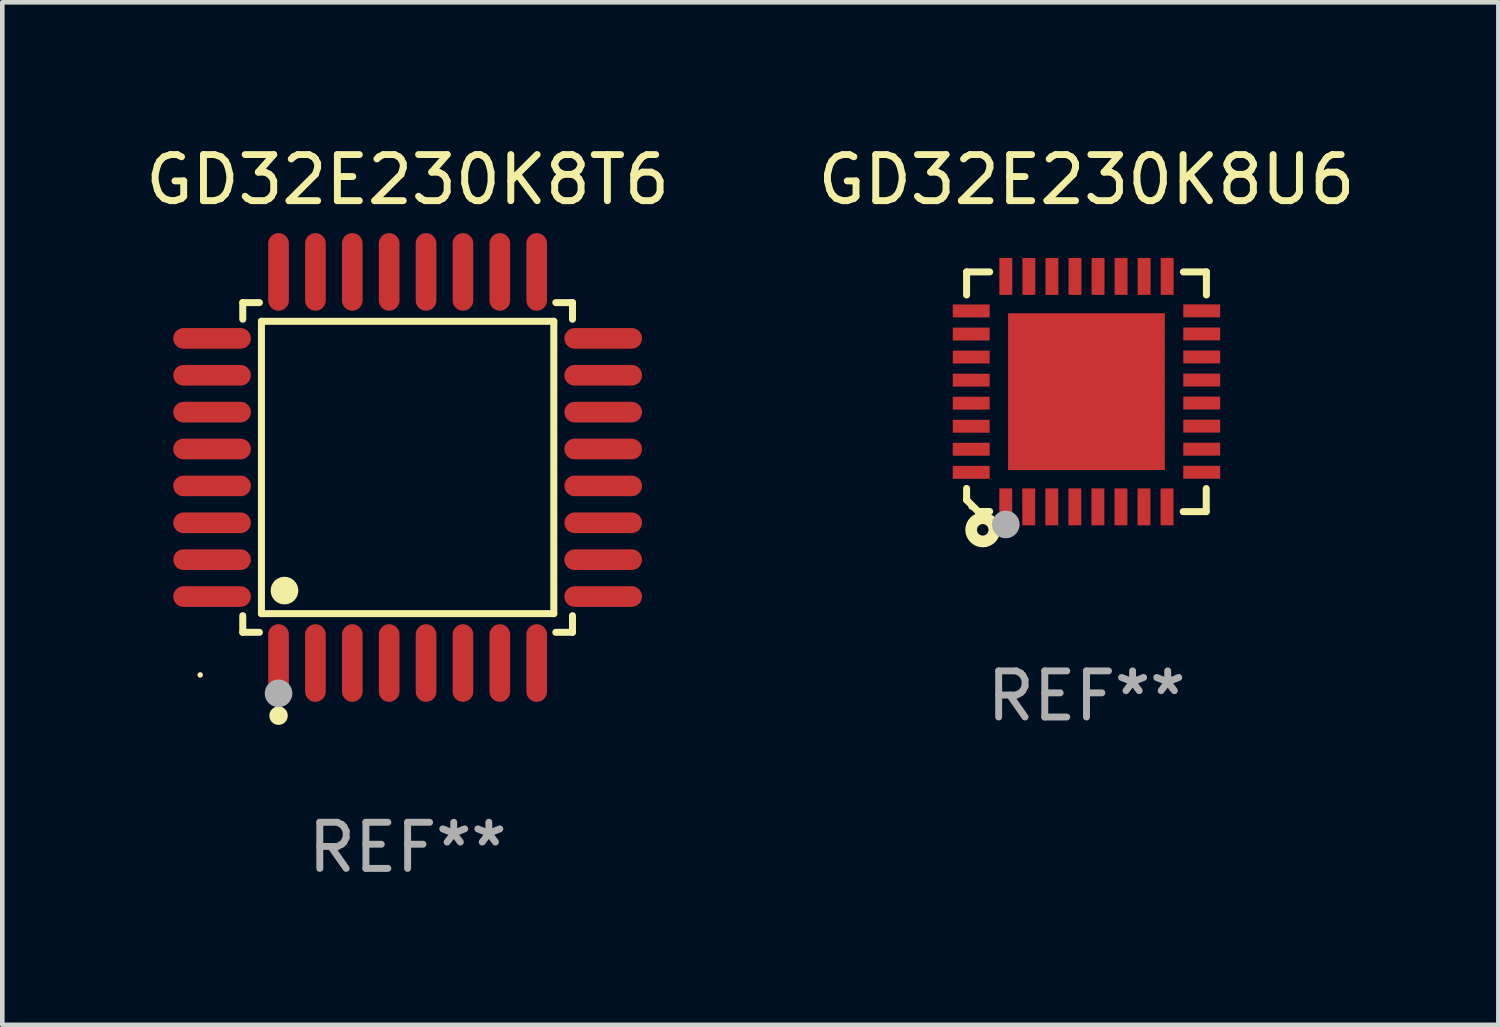
<source format=kicad_pcb>
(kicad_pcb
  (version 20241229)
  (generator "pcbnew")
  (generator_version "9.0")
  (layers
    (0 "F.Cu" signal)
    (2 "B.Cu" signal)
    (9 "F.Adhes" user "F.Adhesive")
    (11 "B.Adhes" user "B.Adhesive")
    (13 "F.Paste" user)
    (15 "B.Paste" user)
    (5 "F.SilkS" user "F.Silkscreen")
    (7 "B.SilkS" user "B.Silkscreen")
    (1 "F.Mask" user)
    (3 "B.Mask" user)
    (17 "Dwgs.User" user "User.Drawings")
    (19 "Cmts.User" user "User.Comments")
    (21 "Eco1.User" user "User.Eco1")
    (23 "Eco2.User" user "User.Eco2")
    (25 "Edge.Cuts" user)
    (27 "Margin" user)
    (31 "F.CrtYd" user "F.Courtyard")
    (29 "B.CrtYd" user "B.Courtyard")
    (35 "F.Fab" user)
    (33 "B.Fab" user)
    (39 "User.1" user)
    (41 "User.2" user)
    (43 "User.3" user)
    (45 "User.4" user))
  (footprint "GD32E230K8U6"
    (layer "F.Cu")
    (at 20.518 5.448)
    (property "Reference" "GD32E230K8U6" (at 0 -4.6 0) (layer "F.SilkS") (effects (font (size 1 1) (thickness 0.15))))
    (attr through_hole)
    (fp_line (start -2.601 2.097) (end -2.601 2.347) (stroke (width 0.152) (type solid)) (layer "F.SilkS"))
    (fp_line (start -2.601 2.347) (end -2.351 2.597) (stroke (width 0.152) (type solid)) (layer "F.SilkS"))
    (fp_line (start -2.601 -2.6) (end -2.601 -2.1) (stroke (width 0.152) (type solid)) (layer "F.SilkS"))
    (fp_line (start -2.601 -2.6) (end -2.101 -2.6) (stroke (width 0.152) (type solid)) (layer "F.SilkS"))
    (fp_line (start -2.351 2.597) (end -2.101 2.597) (stroke (width 0.152) (type solid)) (layer "F.SilkS"))
    (fp_line (start 2.597 2.6) (end 2.097 2.6) (stroke (width 0.152) (type solid)) (layer "F.SilkS"))
    (fp_line (start 2.597 2.6) (end 2.597 2.1) (stroke (width 0.152) (type solid)) (layer "F.SilkS"))
    (fp_line (start 2.601 -2.6) (end 2.101 -2.6) (stroke (width 0.152) (type solid)) (layer "F.SilkS"))
    (fp_line (start 2.601 -2.6) (end 2.601 -2.1) (stroke (width 0.152) (type solid)) (layer "F.SilkS"))
    (fp_circle (center -2.501 2.497) (end -2.471 2.497) (stroke (width 0.06) (type solid)) (fill no) (layer "F.SilkS"))
    (fp_circle (center -2.25 2.995) (end -2.125 2.995) (stroke (width 0.254) (type solid)) (fill no) (layer "F.SilkS"))
    (fp_circle (center -1.751 2.878) (end -1.601 2.878) (stroke (width 0.3) (type solid)) (fill no) (layer "F.Fab"))
    (fp_text user "REF**" (at 0 6.6 0) (layer "F.Fab") (effects (font (size 1 1) (thickness 0.15))))
    (pad "1" smd rect (at -1.751 2.497) (size 0.28 0.8) (layers "F.Cu" "F.Mask" "F.Paste"))
    (pad "2" smd rect (at -1.253 2.497) (size 0.28 0.8) (layers "F.Cu" "F.Mask" "F.Paste"))
    (pad "3" smd rect (at -0.753 2.497) (size 0.28 0.8) (layers "F.Cu" "F.Mask" "F.Paste"))
    (pad "4" smd rect (at -0.253 2.497) (size 0.28 0.8) (layers "F.Cu" "F.Mask" "F.Paste"))
    (pad "5" smd rect (at 0.247 2.497) (size 0.28 0.8) (layers "F.Cu" "F.Mask" "F.Paste"))
    (pad "6" smd rect (at 0.747 2.497) (size 0.28 0.8) (layers "F.Cu" "F.Mask" "F.Paste"))
    (pad "7" smd rect (at 1.247 2.497) (size 0.28 0.8) (layers "F.Cu" "F.Mask" "F.Paste"))
    (pad "8" smd rect (at 1.747 2.497) (size 0.28 0.8) (layers "F.Cu" "F.Mask" "F.Paste"))
    (pad "9" smd rect (at 2.499 1.746) (size 0.8 0.28) (layers "F.Cu" "F.Mask" "F.Paste"))
    (pad "10" smd rect (at 2.499 1.245) (size 0.8 0.28) (layers "F.Cu" "F.Mask" "F.Paste"))
    (pad "11" smd rect (at 2.499 0.746) (size 0.8 0.28) (layers "F.Cu" "F.Mask" "F.Paste"))
    (pad "12" smd rect (at 2.499 0.245) (size 0.8 0.28) (layers "F.Cu" "F.Mask" "F.Paste"))
    (pad "13" smd rect (at 2.499 -0.254) (size 0.8 0.28) (layers "F.Cu" "F.Mask" "F.Paste"))
    (pad "14" smd rect (at 2.499 -0.755) (size 0.8 0.28) (layers "F.Cu" "F.Mask" "F.Paste"))
    (pad "15" smd rect (at 2.499 -1.254) (size 0.8 0.28) (layers "F.Cu" "F.Mask" "F.Paste"))
    (pad "16" smd rect (at 2.499 -1.755) (size 0.8 0.28) (layers "F.Cu" "F.Mask" "F.Paste"))
    (pad "17" smd rect (at 1.75 -2.502) (size 0.28 0.8) (layers "F.Cu" "F.Mask" "F.Paste"))
    (pad "18" smd rect (at 1.25 -2.502) (size 0.28 0.8) (layers "F.Cu" "F.Mask" "F.Paste"))
    (pad "19" smd rect (at 0.75 -2.502) (size 0.28 0.8) (layers "F.Cu" "F.Mask" "F.Paste"))
    (pad "20" smd rect (at 0.25 -2.502) (size 0.28 0.8) (layers "F.Cu" "F.Mask" "F.Paste"))
    (pad "21" smd rect (at -0.25 -2.502) (size 0.28 0.8) (layers "F.Cu" "F.Mask" "F.Paste"))
    (pad "22" smd rect (at -0.75 -2.502) (size 0.28 0.8) (layers "F.Cu" "F.Mask" "F.Paste"))
    (pad "23" smd rect (at -1.25 -2.502) (size 0.28 0.8) (layers "F.Cu" "F.Mask" "F.Paste"))
    (pad "24" smd rect (at -1.75 -2.502) (size 0.28 0.8) (layers "F.Cu" "F.Mask" "F.Paste"))
    (pad "25" smd rect (at -2.501 -1.753) (size 0.8 0.28) (layers "F.Cu" "F.Mask" "F.Paste"))
    (pad "26" smd rect (at -2.501 -1.252) (size 0.8 0.28) (layers "F.Cu" "F.Mask" "F.Paste"))
    (pad "27" smd rect (at -2.501 -0.753) (size 0.8 0.28) (layers "F.Cu" "F.Mask" "F.Paste"))
    (pad "28" smd rect (at -2.501 -0.252) (size 0.8 0.28) (layers "F.Cu" "F.Mask" "F.Paste"))
    (pad "29" smd rect (at -2.501 0.247) (size 0.8 0.28) (layers "F.Cu" "F.Mask" "F.Paste"))
    (pad "30" smd rect (at -2.501 0.748) (size 0.8 0.28) (layers "F.Cu" "F.Mask" "F.Paste"))
    (pad "31" smd rect (at -2.501 1.247) (size 0.8 0.28) (layers "F.Cu" "F.Mask" "F.Paste"))
    (pad "32" smd rect (at -2.501 1.748) (size 0.8 0.28) (layers "F.Cu" "F.Mask" "F.Paste"))
    (pad "33" smd rect (at -0.001 -0.003 180) (size 3.4 3.4) (layers "F.Cu" "F.Mask" "F.Paste")))
  (footprint "GD32E230K8T6"
    (layer "F.Cu")
    (at 5.792 7.09)
    (property "Reference" "GD32E230K8T6" (at 0 -6.242 0) (layer "F.SilkS") (effects (font (size 1 1) (thickness 0.15))))
    (attr through_hole)
    (fp_line (start -3.576 -3.576) (end -3.215 -3.576) (stroke (width 0.152) (type solid)) (layer "F.SilkS"))
    (fp_line (start -3.576 -3.215) (end -3.576 -3.576) (stroke (width 0.152) (type solid)) (layer "F.SilkS"))
    (fp_line (start -3.576 3.215) (end -3.576 3.576) (stroke (width 0.152) (type solid)) (layer "F.SilkS"))
    (fp_line (start -3.576 3.576) (end -3.215 3.576) (stroke (width 0.152) (type solid)) (layer "F.SilkS"))
    (fp_line (start -3.171 -3.171) (end 3.171 -3.171) (stroke (width 0.152) (type solid)) (layer "F.SilkS"))
    (fp_line (start -3.171 3.171) (end -3.171 -3.171) (stroke (width 0.152) (type solid)) (layer "F.SilkS"))
    (fp_line (start 3.171 -3.171) (end 3.171 3.171) (stroke (width 0.152) (type solid)) (layer "F.SilkS"))
    (fp_line (start 3.171 3.171) (end -3.171 3.171) (stroke (width 0.152) (type solid)) (layer "F.SilkS"))
    (fp_line (start 3.576 -3.576) (end 3.215 -3.576) (stroke (width 0.152) (type solid)) (layer "F.SilkS"))
    (fp_line (start 3.576 -3.215) (end 3.576 -3.576) (stroke (width 0.152) (type solid)) (layer "F.SilkS"))
    (fp_line (start 3.576 3.215) (end 3.576 3.576) (stroke (width 0.152) (type solid)) (layer "F.SilkS"))
    (fp_line (start 3.576 3.576) (end 3.215 3.576) (stroke (width 0.152) (type solid)) (layer "F.SilkS"))
    (fp_circle (center -4.5 4.5) (end -4.47 4.5) (stroke (width 0.06) (type solid)) (fill no) (layer "F.SilkS"))
    (fp_circle (center -2.8 5.384) (end -2.7 5.384) (stroke (width 0.2) (type solid)) (fill no) (layer "F.SilkS"))
    (fp_circle (center -2.671 2.671) (end -2.521 2.671) (stroke (width 0.3) (type solid)) (fill no) (layer "F.SilkS"))
    (fp_circle (center -2.8 4.9) (end -2.65 4.9) (stroke (width 0.3) (type solid)) (fill no) (layer "F.Fab"))
    (fp_text user "REF**" (at 0 8.242 0) (layer "F.Fab") (effects (font (size 1 1) (thickness 0.15))))
    (pad "1" smd oval (at -2.8 4.242) (size 0.448 1.684) (layers "F.Cu" "F.Mask" "F.Paste"))
    (pad "2" smd oval (at -2 4.242) (size 0.448 1.684) (layers "F.Cu" "F.Mask" "F.Paste"))
    (pad "3" smd oval (at -1.2 4.242) (size 0.448 1.684) (layers "F.Cu" "F.Mask" "F.Paste"))
    (pad "4" smd oval (at -0.4 4.242) (size 0.448 1.684) (layers "F.Cu" "F.Mask" "F.Paste"))
    (pad "5" smd oval (at 0.4 4.242) (size 0.448 1.684) (layers "F.Cu" "F.Mask" "F.Paste"))
    (pad "6" smd oval (at 1.2 4.242) (size 0.448 1.684) (layers "F.Cu" "F.Mask" "F.Paste"))
    (pad "7" smd oval (at 2 4.242) (size 0.448 1.684) (layers "F.Cu" "F.Mask" "F.Paste"))
    (pad "8" smd oval (at 2.8 4.242) (size 0.448 1.684) (layers "F.Cu" "F.Mask" "F.Paste"))
    (pad "9" smd oval (at 4.242 2.8) (size 1.684 0.448) (layers "F.Cu" "F.Mask" "F.Paste"))
    (pad "10" smd oval (at 4.242 2) (size 1.684 0.448) (layers "F.Cu" "F.Mask" "F.Paste"))
    (pad "11" smd oval (at 4.242 1.2) (size 1.684 0.448) (layers "F.Cu" "F.Mask" "F.Paste"))
    (pad "12" smd oval (at 4.242 0.4) (size 1.684 0.448) (layers "F.Cu" "F.Mask" "F.Paste"))
    (pad "13" smd oval (at 4.242 -0.4) (size 1.684 0.448) (layers "F.Cu" "F.Mask" "F.Paste"))
    (pad "14" smd oval (at 4.242 -1.2) (size 1.684 0.448) (layers "F.Cu" "F.Mask" "F.Paste"))
    (pad "15" smd oval (at 4.242 -2) (size 1.684 0.448) (layers "F.Cu" "F.Mask" "F.Paste"))
    (pad "16" smd oval (at 4.242 -2.8) (size 1.684 0.448) (layers "F.Cu" "F.Mask" "F.Paste"))
    (pad "17" smd oval (at 2.8 -4.242) (size 0.448 1.684) (layers "F.Cu" "F.Mask" "F.Paste"))
    (pad "18" smd oval (at 2 -4.242) (size 0.448 1.684) (layers "F.Cu" "F.Mask" "F.Paste"))
    (pad "19" smd oval (at 1.2 -4.242) (size 0.448 1.684) (layers "F.Cu" "F.Mask" "F.Paste"))
    (pad "20" smd oval (at 0.4 -4.242) (size 0.448 1.684) (layers "F.Cu" "F.Mask" "F.Paste"))
    (pad "21" smd oval (at -0.4 -4.242) (size 0.448 1.684) (layers "F.Cu" "F.Mask" "F.Paste"))
    (pad "22" smd oval (at -1.2 -4.242) (size 0.448 1.684) (layers "F.Cu" "F.Mask" "F.Paste"))
    (pad "23" smd oval (at -2 -4.242) (size 0.448 1.684) (layers "F.Cu" "F.Mask" "F.Paste"))
    (pad "24" smd oval (at -2.8 -4.242) (size 0.448 1.684) (layers "F.Cu" "F.Mask" "F.Paste"))
    (pad "25" smd oval (at -4.242 -2.8) (size 1.684 0.448) (layers "F.Cu" "F.Mask" "F.Paste"))
    (pad "26" smd oval (at -4.242 -2) (size 1.684 0.448) (layers "F.Cu" "F.Mask" "F.Paste"))
    (pad "27" smd oval (at -4.242 -1.2) (size 1.684 0.448) (layers "F.Cu" "F.Mask" "F.Paste"))
    (pad "28" smd oval (at -4.242 -0.4) (size 1.684 0.448) (layers "F.Cu" "F.Mask" "F.Paste"))
    (pad "29" smd oval (at -4.242 0.4) (size 1.684 0.448) (layers "F.Cu" "F.Mask" "F.Paste"))
    (pad "30" smd oval (at -4.242 1.2) (size 1.684 0.448) (layers "F.Cu" "F.Mask" "F.Paste"))
    (pad "31" smd oval (at -4.242 2) (size 1.684 0.448) (layers "F.Cu" "F.Mask" "F.Paste"))
    (pad "32" smd oval (at -4.242 2.8) (size 1.684 0.448) (layers "F.Cu" "F.Mask" "F.Paste")))
  (gr_rect
    (start -3 -3)
    (end 29.452 19.181)
    (stroke (width 0.1) (type default))
    (fill no)
    (layer "Edge.Cuts")))
</source>
